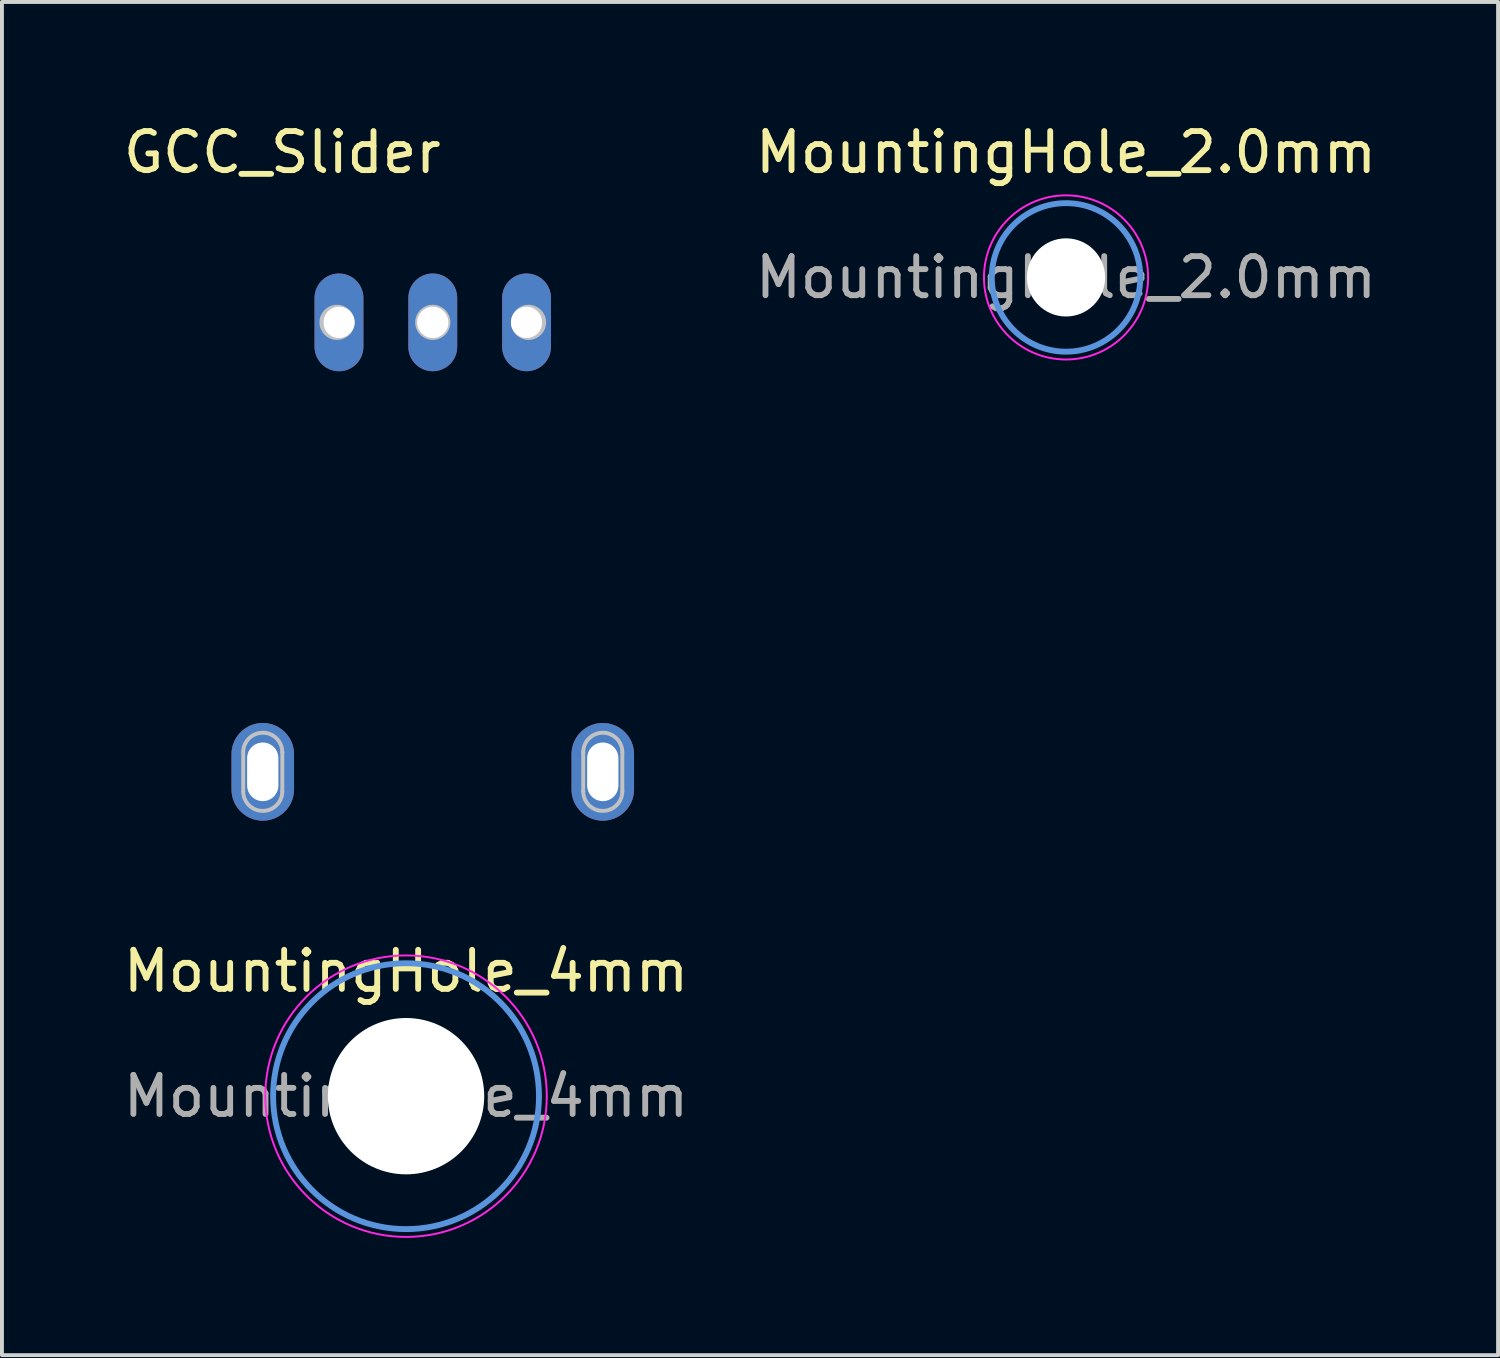
<source format=kicad_pcb>
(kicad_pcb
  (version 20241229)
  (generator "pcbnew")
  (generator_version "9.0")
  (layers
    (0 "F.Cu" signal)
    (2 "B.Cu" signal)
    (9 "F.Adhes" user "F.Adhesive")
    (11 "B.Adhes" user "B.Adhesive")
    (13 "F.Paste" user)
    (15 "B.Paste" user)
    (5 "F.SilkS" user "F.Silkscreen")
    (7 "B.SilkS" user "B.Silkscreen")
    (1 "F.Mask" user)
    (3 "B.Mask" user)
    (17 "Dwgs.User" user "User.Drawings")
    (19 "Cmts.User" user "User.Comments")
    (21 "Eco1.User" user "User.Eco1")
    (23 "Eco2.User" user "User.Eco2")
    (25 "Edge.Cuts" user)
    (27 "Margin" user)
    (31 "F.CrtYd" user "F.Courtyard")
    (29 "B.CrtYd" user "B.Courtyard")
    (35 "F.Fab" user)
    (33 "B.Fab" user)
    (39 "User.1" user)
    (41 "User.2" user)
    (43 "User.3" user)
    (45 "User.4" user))
  (footprint "MountingHole_4mm"
    (layer "F.Cu")
    (at 7.339 24.997)
    (property "Reference" "MountingHole_4mm" (at 0 -3.2 0) (layer "F.SilkS") (effects (font (size 1 1) (thickness 0.15))))
    (attr exclude_from_pos_files)
    (fp_circle (center 0 0) (end 3.4 0.1) (stroke (width 0.15) (type solid)) (fill no) (layer "Cmts.User"))
    (fp_circle (center 0 0) (end 3.6 0.1) (stroke (width 0.05) (type solid)) (fill no) (layer "F.CrtYd"))
    (fp_text user "${REFERENCE}" (at 0 0 0) (layer "F.Fab") (effects (font (size 1 1) (thickness 0.15))))
    (pad "" np_thru_hole circle (at 0 0) (size 4 4) (drill 4) (layers "*.Cu" "*.Mask")))
  (footprint "GCC_Slider"
    (layer "F.Cu")
    (at 8.023 5.198)
    (property "Reference" "GCC_Slider" (at -3.85 -4.35 0) (layer "F.SilkS") (effects (font (size 1 1) (thickness 0.15))))
    (attr through_hole)
    (fp_line (start -4.85 12) (end -4.85 11) (stroke (width 0.1) (type solid)) (layer "Dwgs.User"))
    (fp_line (start -4.35 12) (end -4.35 11) (stroke (width 0.1) (type solid)) (layer "Dwgs.User"))
    (fp_line (start -3.85 12) (end -3.85 11) (stroke (width 0.1) (type solid)) (layer "Dwgs.User"))
    (fp_line (start 3.85 12) (end 3.85 11) (stroke (width 0.1) (type solid)) (layer "Dwgs.User"))
    (fp_line (start 4.35 12) (end 4.35 11) (stroke (width 0.1) (type solid)) (layer "Dwgs.User"))
    (fp_line (start 4.85 12) (end 4.85 11) (stroke (width 0.1) (type solid)) (layer "Dwgs.User"))
    (fp_arc (start -4.85 11) (mid -4.35 10.5) (end -3.85 11) (stroke (width 0.1) (type solid)) (layer "Dwgs.User"))
    (fp_arc (start -3.85 12) (mid -4.35 12.5) (end -4.85 12) (stroke (width 0.1) (type solid)) (layer "Dwgs.User"))
    (fp_arc (start 3.85 11) (mid 4.35 10.5) (end 4.85 11) (stroke (width 0.1) (type solid)) (layer "Dwgs.User"))
    (fp_arc (start 4.85 12) (mid 4.35 12.5) (end 3.85 12) (stroke (width 0.1) (type solid)) (layer "Dwgs.User"))
    (fp_circle (center -2.45 0) (end -2.05 0) (stroke (width 0.1) (type solid)) (fill no) (layer "Dwgs.User"))
    (fp_circle (center 0 0) (end 0.4 0) (stroke (width 0.1) (type solid)) (fill no) (layer "Dwgs.User"))
    (fp_circle (center 2.45 0) (end 2.85 0) (stroke (width 0.1) (type solid)) (fill no) (layer "Dwgs.User"))
    (pad "" thru_hole oval (at -4.35 11.5 180) (size 1.6 2.5) (drill oval 0.8 1.5) (layers "*.Cu" "*.Mask"))
    (pad "" thru_hole oval (at 4.35 11.5 180) (size 1.6 2.5) (drill oval 0.8 1.5) (layers "*.Cu" "*.Mask"))
    (pad "1" thru_hole oval (at -2.4 0 180) (size 1.25 2.5) (drill 0.8) (layers "*.Cu" "*.Mask"))
    (pad "2" thru_hole oval (at 0 0 180) (size 1.25 2.5) (drill 0.8) (layers "*.Cu" "*.Mask"))
    (pad "3" thru_hole oval (at 2.4 0 180) (size 1.25 2.5) (drill 0.8) (layers "*.Cu" "*.Mask")))
  (footprint "MountingHole_2.0mm"
    (layer "F.Cu")
    (at 24.226 4.048)
    (property "Reference" "MountingHole_2.0mm" (at 0 -3.2 0) (layer "F.SilkS") (effects (font (size 1 1) (thickness 0.15))))
    (attr exclude_from_pos_files)
    (fp_circle (center 0 0) (end 1.9 0) (stroke (width 0.15) (type solid)) (fill no) (layer "Cmts.User"))
    (fp_circle (center 0 0) (end 2.1 0) (stroke (width 0.05) (type solid)) (fill no) (layer "F.CrtYd"))
    (fp_text user "${REFERENCE}" (at 0 0 0) (layer "F.Fab") (effects (font (size 1 1) (thickness 0.15))))
    (pad "" np_thru_hole circle (at 0 0) (size 2 2) (drill 2) (layers "*.Cu" "*.Mask")))
  (gr_rect
    (start -3 -3)
    (end 35.28 31.623)
    (stroke (width 0.1) (type default))
    (fill no)
    (layer "Edge.Cuts")))
</source>
